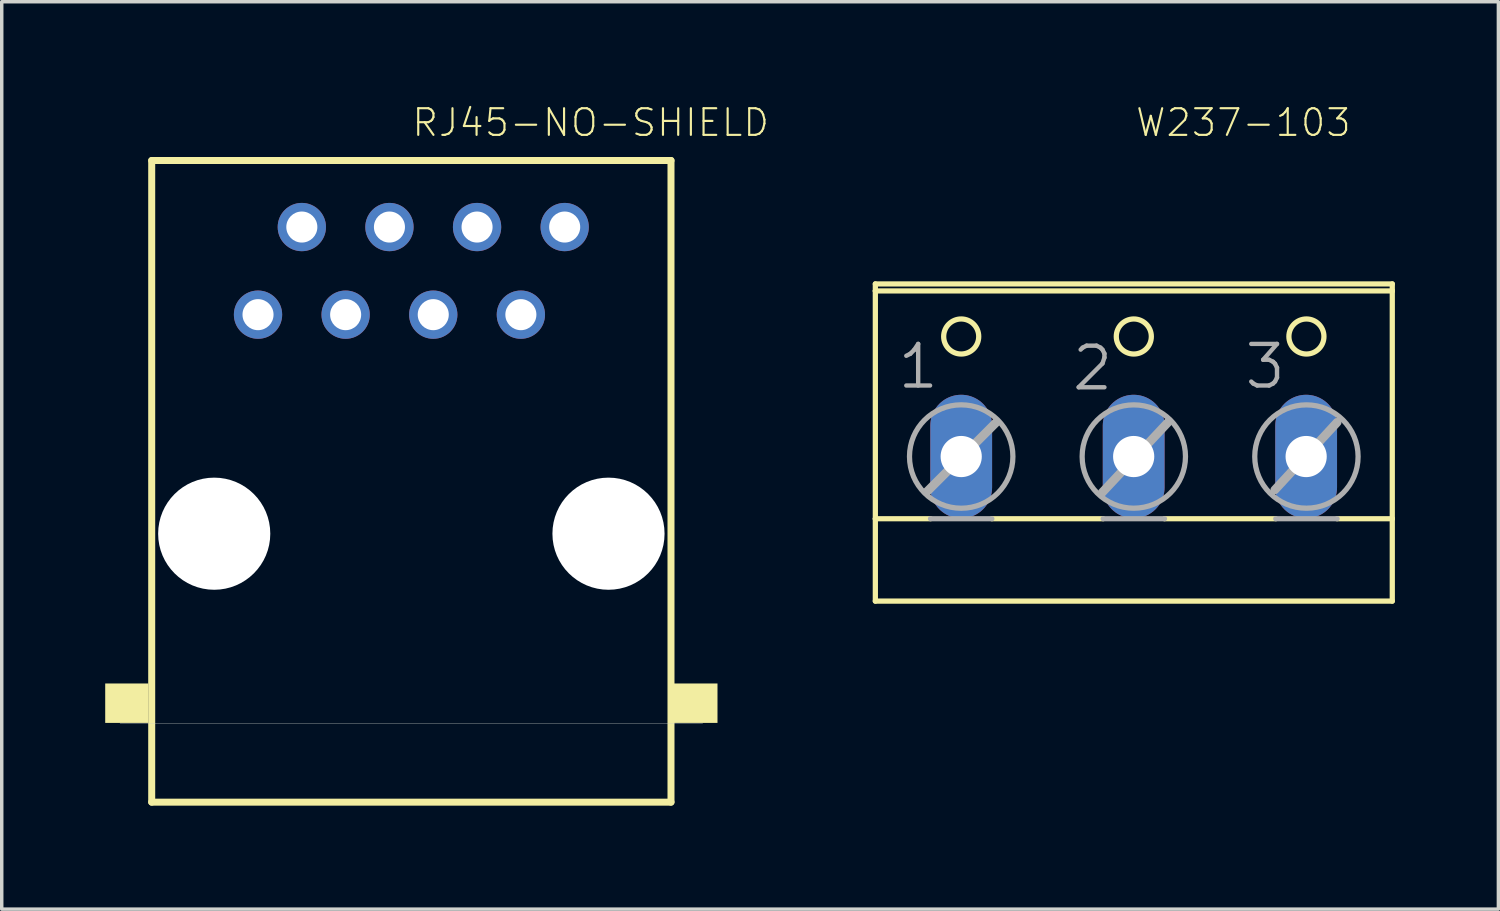
<source format=kicad_pcb>
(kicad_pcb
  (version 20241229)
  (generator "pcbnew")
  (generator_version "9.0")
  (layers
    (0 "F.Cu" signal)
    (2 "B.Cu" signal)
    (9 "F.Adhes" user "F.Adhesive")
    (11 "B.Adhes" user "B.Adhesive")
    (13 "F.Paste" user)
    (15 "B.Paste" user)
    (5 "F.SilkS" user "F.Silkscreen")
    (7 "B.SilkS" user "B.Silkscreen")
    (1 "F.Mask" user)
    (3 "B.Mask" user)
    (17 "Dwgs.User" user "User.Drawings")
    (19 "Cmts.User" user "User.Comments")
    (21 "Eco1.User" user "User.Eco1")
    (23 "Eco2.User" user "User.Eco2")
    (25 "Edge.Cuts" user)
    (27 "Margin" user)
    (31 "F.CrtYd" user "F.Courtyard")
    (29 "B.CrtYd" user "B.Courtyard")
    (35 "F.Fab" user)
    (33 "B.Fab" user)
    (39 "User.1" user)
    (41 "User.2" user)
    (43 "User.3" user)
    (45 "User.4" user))
  (footprint "RJ45-NO-SHIELD"
    (layer "F.Cu")
    (at 8.875 12.422)
    (property "Reference" "RJ45-NO-SHIELD" (at -0.025 -11.465 180) (layer "F.SilkS") (effects (font (size 0.772 0.772) (thickness 0.062)) (justify left bottom)))
    (attr through_hole)
    (fp_line (start -7.527 -10.819) (end 7.527 -10.819) (stroke (width 0.203) (type solid)) (layer "F.SilkS"))
    (fp_line (start -7.527 7.782) (end -7.527 -10.819) (stroke (width 0.203) (type solid)) (layer "F.SilkS"))
    (fp_line (start 7.527 -10.819) (end 7.527 7.782) (stroke (width 0.203) (type solid)) (layer "F.SilkS"))
    (fp_line (start 7.527 7.782) (end -7.527 7.782) (stroke (width 0.203) (type solid)) (layer "F.SilkS"))
    (fp_poly (pts (xy -8.875 5.485) (xy -7.625 5.485) (xy -7.625 4.342) (xy -8.875 4.342)) (stroke (width 0) (type solid)) (fill yes) (layer "F.SilkS"))
    (fp_poly (pts (xy 7.6 5.485) (xy 8.875 5.485) (xy 8.875 4.342) (xy 7.6 4.342)) (stroke (width 0) (type solid)) (fill yes) (layer "F.SilkS"))
    (fp_line (start 8.445 5.512) (end -8.445 5.512) (stroke (width 0.01) (type solid)) (layer "Edge.Cuts"))
    (pad "" np_thru_hole circle (at -5.715 0) (size 3.251 3.251) (drill 3.251) (layers "*.Cu" "*.Mask"))
    (pad "" np_thru_hole circle (at 5.715 0) (size 3.251 3.251) (drill 3.251) (layers "*.Cu" "*.Mask"))
    (pad "1" thru_hole circle (at -4.445 -6.35) (size 1.4 1.4) (drill 0.9) (layers "*.Cu" "*.Mask"))
    (pad "2" thru_hole circle (at -3.175 -8.89) (size 1.4 1.4) (drill 0.9) (layers "*.Cu" "*.Mask"))
    (pad "3" thru_hole circle (at -1.905 -6.35) (size 1.4 1.4) (drill 0.9) (layers "*.Cu" "*.Mask"))
    (pad "4" thru_hole circle (at -0.635 -8.89) (size 1.4 1.4) (drill 0.9) (layers "*.Cu" "*.Mask"))
    (pad "5" thru_hole circle (at 0.635 -6.35) (size 1.4 1.4) (drill 0.9) (layers "*.Cu" "*.Mask"))
    (pad "6" thru_hole circle (at 1.905 -8.89) (size 1.4 1.4) (drill 0.9) (layers "*.Cu" "*.Mask"))
    (pad "7" thru_hole circle (at 3.175 -6.35) (size 1.4 1.4) (drill 0.9) (layers "*.Cu" "*.Mask"))
    (pad "8" thru_hole circle (at 4.445 -8.89) (size 1.4 1.4) (drill 0.9) (layers "*.Cu" "*.Mask")))
  (footprint "W237-103"
    (layer "F.Cu")
    (at 29.815 8.895)
    (property "Reference" "W237-103" (at 0.014 -7.938 0) (layer "F.SilkS") (effects (font (size 0.772 0.772) (thickness 0.062)) (justify left bottom)))
    (attr through_hole)
    (fp_line (start -7.489 -3.511) (end -7.489 -3.714) (stroke (width 0.152) (type solid)) (layer "F.SilkS"))
    (fp_line (start -7.489 3.093) (end -7.489 -3.511) (stroke (width 0.152) (type solid)) (layer "F.SilkS"))
    (fp_line (start -7.489 3.093) (end -5.889 3.093) (stroke (width 0.152) (type solid)) (layer "F.SilkS"))
    (fp_line (start -7.489 5.481) (end -7.489 3.093) (stroke (width 0.152) (type solid)) (layer "F.SilkS"))
    (fp_line (start -7.489 5.481) (end 7.497 5.481) (stroke (width 0.152) (type solid)) (layer "F.SilkS"))
    (fp_line (start -4.111 3.093) (end -0.885 3.093) (stroke (width 0.152) (type solid)) (layer "F.SilkS"))
    (fp_line (start 0.893 3.093) (end 4.119 3.093) (stroke (width 0.152) (type solid)) (layer "F.SilkS"))
    (fp_line (start 5.897 3.093) (end 7.497 3.093) (stroke (width 0.152) (type solid)) (layer "F.SilkS"))
    (fp_line (start 7.497 -3.714) (end -7.489 -3.714) (stroke (width 0.152) (type solid)) (layer "F.SilkS"))
    (fp_line (start 7.497 -3.714) (end 7.497 -3.511) (stroke (width 0.152) (type solid)) (layer "F.SilkS"))
    (fp_line (start 7.497 -3.511) (end -7.489 -3.511) (stroke (width 0.152) (type solid)) (layer "F.SilkS"))
    (fp_line (start 7.497 -3.511) (end 7.497 3.093) (stroke (width 0.152) (type solid)) (layer "F.SilkS"))
    (fp_line (start 7.497 3.093) (end 7.497 5.481) (stroke (width 0.152) (type solid)) (layer "F.SilkS"))
    (fp_circle (center -5 -2.19) (end -4.492 -2.19) (stroke (width 0.152) (type solid)) (fill no) (layer "F.SilkS"))
    (fp_circle (center 0.004 -2.19) (end 0.512 -2.19) (stroke (width 0.152) (type solid)) (fill no) (layer "F.SilkS"))
    (fp_circle (center 5.008 -2.19) (end 5.516 -2.19) (stroke (width 0.152) (type solid)) (fill no) (layer "F.SilkS"))
    (fp_line (start -5.991 2.306) (end -3.984 0.299) (stroke (width 0.254) (type solid)) (layer "F.Fab"))
    (fp_line (start -5.889 3.093) (end -4.111 3.093) (stroke (width 0.152) (type solid)) (layer "F.Fab"))
    (fp_line (start -0.911 2.331) (end 0.994 0.299) (stroke (width 0.254) (type solid)) (layer "F.Fab"))
    (fp_line (start -0.885 3.093) (end 0.893 3.093) (stroke (width 0.152) (type solid)) (layer "F.Fab"))
    (fp_line (start 4.093 2.255) (end 5.897 0.299) (stroke (width 0.254) (type solid)) (layer "F.Fab"))
    (fp_line (start 4.119 3.093) (end 5.897 3.093) (stroke (width 0.152) (type solid)) (layer "F.Fab"))
    (fp_circle (center -5 1.29) (end -3.501 1.29) (stroke (width 0.152) (type solid)) (fill no) (layer "F.Fab"))
    (fp_circle (center 0.004 1.29) (end 1.502 1.29) (stroke (width 0.152) (type solid)) (fill no) (layer "F.Fab"))
    (fp_circle (center 5.008 1.29) (end 6.506 1.29) (stroke (width 0.152) (type solid)) (fill no) (layer "F.Fab"))
    (fp_text user "3" (at 3.153 -0.615 0) (layer "F.Fab") (effects (font (size 1.206 1.206) (thickness 0.127)) (justify left bottom)))
    (fp_text user "2" (at -1.85 -0.564 0) (layer "F.Fab") (effects (font (size 1.206 1.206) (thickness 0.127)) (justify left bottom)))
    (fp_text user "1" (at -6.905 -0.615 0) (layer "F.Fab") (effects (font (size 1.206 1.206) (thickness 0.127)) (justify left bottom)))
    (pad "1" thru_hole oval (at -5 1.29 90) (size 3.581 1.791) (drill 1.194) (layers "*.Cu" "*.Mask"))
    (pad "2" thru_hole oval (at 0 1.29 90) (size 3.581 1.791) (drill 1.194) (layers "*.Cu" "*.Mask"))
    (pad "3" thru_hole oval (at 5 1.29 90) (size 3.581 1.791) (drill 1.194) (layers "*.Cu" "*.Mask")))
  (gr_rect
    (start -3 -3)
    (end 40.388 23.306)
    (stroke (width 0.1) (type default))
    (fill no)
    (layer "Edge.Cuts")))
</source>
